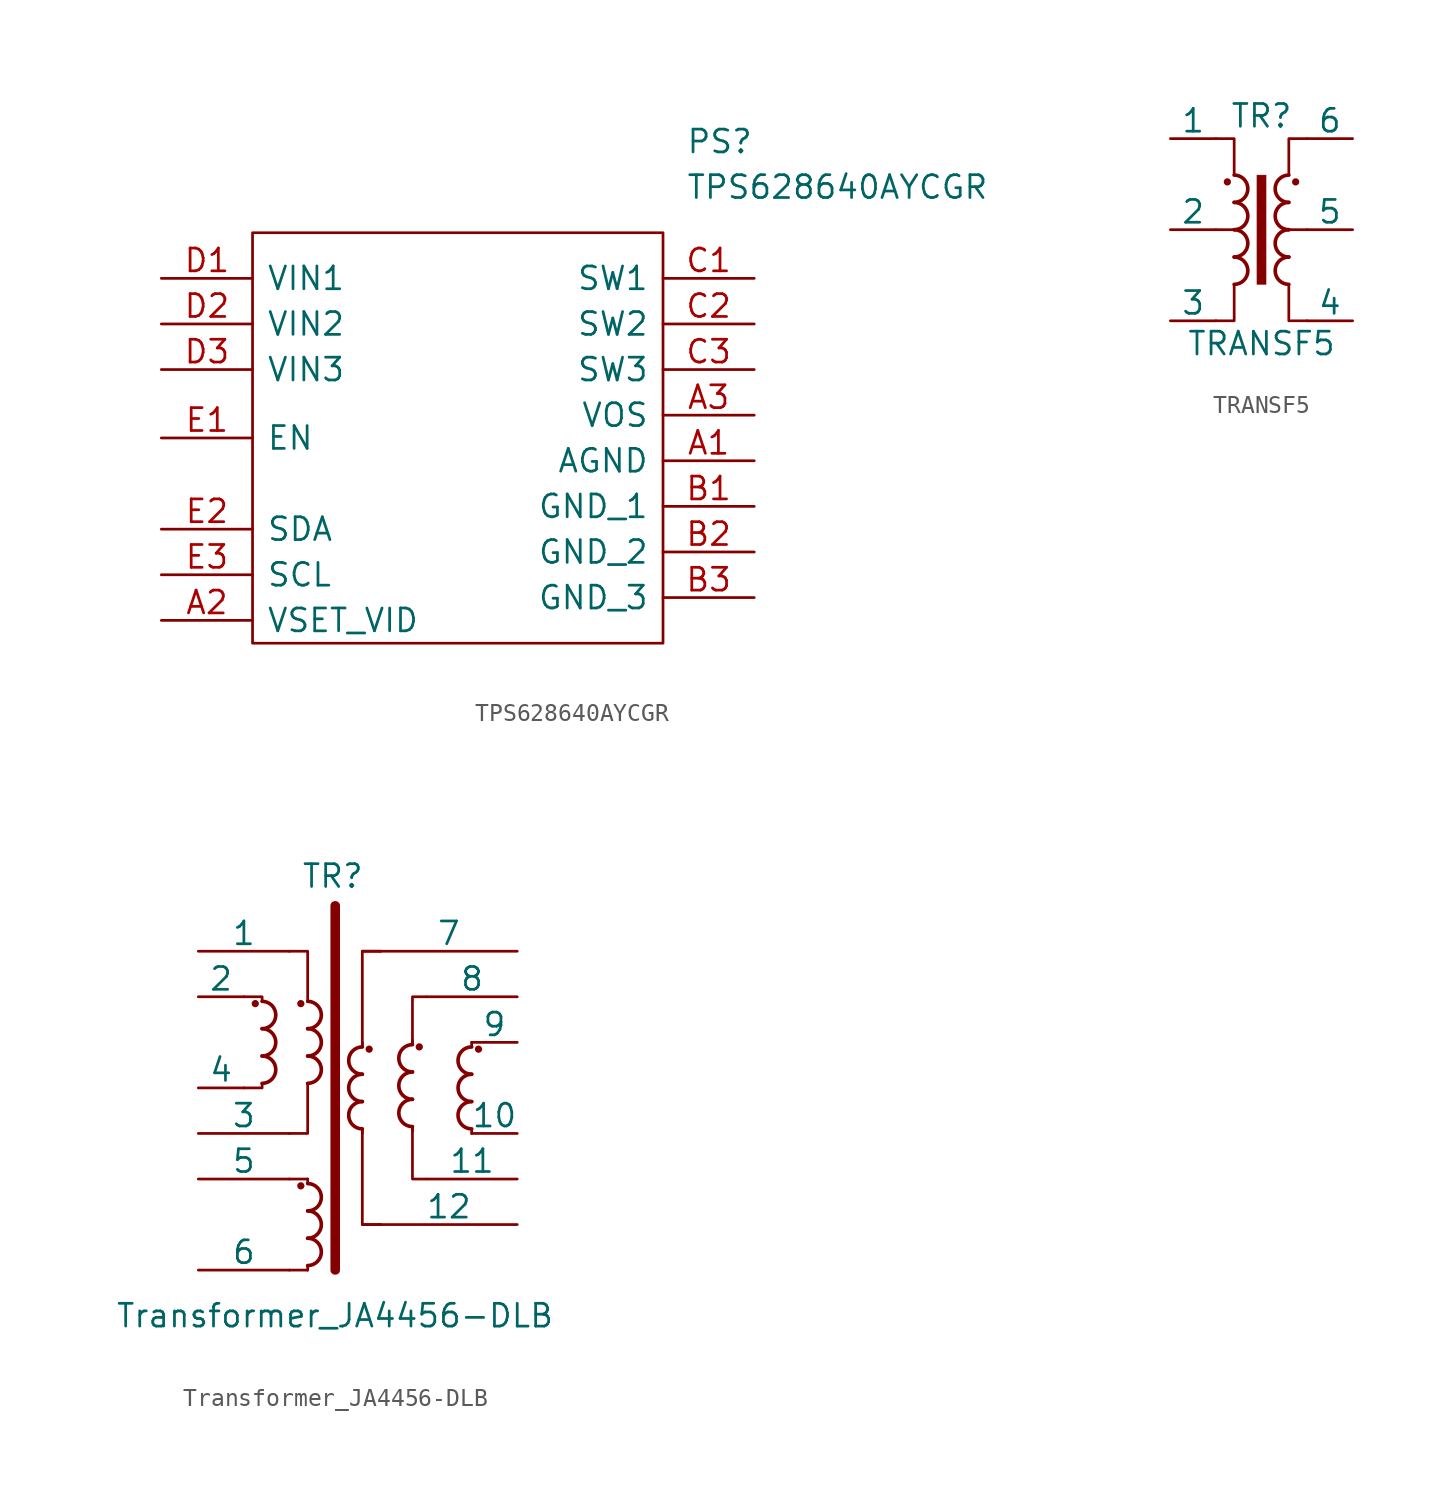
<source format=kicad_sym>
(kicad_symbol_lib
  (version 20201005)
  (generator kicad_symbol_editor)
  (symbol "AP3500:TPS628640AYCGR"
    (pin_names
      (offset 0.762))
    (property "Reference" "PS"
      (at 12.7 15.24 0)
      (effects (font (size 1.27 1.27)) (justify left)))
    (property "Value" "TPS628640AYCGR"
      (at 12.7 12.7 0)
      (effects (font (size 1.27 1.27)) (justify left)))
    (symbol "TPS628640AYCGR_0_1"
      (polyline (pts (xy -11.43 10.16) (xy 11.43 10.16) (xy 11.43 -12.7) (xy -11.43 -12.7) (xy -11.43 10.16)) (stroke (width 0.152)) (fill (type none))))
    (symbol "TPS628640AYCGR_0_0"
      (pin power_in line (at 16.51 -2.54 180) (length 5.08) (name "AGND" (effects (font (size 1.27 1.27)))) (number "A1" (effects (font (size 1.27 1.27)))))
      (pin input line (at -16.51 -11.43 0) (length 5.08) (name "VSET_VID" (effects (font (size 1.27 1.27)))) (number "A2" (effects (font (size 1.27 1.27)))))
      (pin input line (at 16.51 0 180) (length 5.08) (name "VOS" (effects (font (size 1.27 1.27)))) (number "A3" (effects (font (size 1.27 1.27)))))
      (pin power_in line (at 16.51 -5.08 180) (length 5.08) (name "GND_1" (effects (font (size 1.27 1.27)))) (number "B1" (effects (font (size 1.27 1.27)))))
      (pin power_in line (at 16.51 -7.62 180) (length 5.08) (name "GND_2" (effects (font (size 1.27 1.27)))) (number "B2" (effects (font (size 1.27 1.27)))))
      (pin power_in line (at 16.51 -10.16 180) (length 5.08) (name "GND_3" (effects (font (size 1.27 1.27)))) (number "B3" (effects (font (size 1.27 1.27)))))
      (pin power_in line (at 16.51 7.62 180) (length 5.08) (name "SW1" (effects (font (size 1.27 1.27)))) (number "C1" (effects (font (size 1.27 1.27)))))
      (pin power_in line (at 16.51 5.08 180) (length 5.08) (name "SW2" (effects (font (size 1.27 1.27)))) (number "C2" (effects (font (size 1.27 1.27)))))
      (pin power_in line (at 16.51 2.54 180) (length 5.08) (name "SW3" (effects (font (size 1.27 1.27)))) (number "C3" (effects (font (size 1.27 1.27)))))
      (pin power_in line (at -16.51 7.62 0) (length 5.08) (name "VIN1" (effects (font (size 1.27 1.27)))) (number "D1" (effects (font (size 1.27 1.27)))))
      (pin power_in line (at -16.51 5.08 0) (length 5.08) (name "VIN2" (effects (font (size 1.27 1.27)))) (number "D2" (effects (font (size 1.27 1.27)))))
      (pin power_in line (at -16.51 2.54 0) (length 5.08) (name "VIN3" (effects (font (size 1.27 1.27)))) (number "D3" (effects (font (size 1.27 1.27)))))
      (pin input line (at -16.51 -1.27 0) (length 5.08) (name "EN" (effects (font (size 1.27 1.27)))) (number "E1" (effects (font (size 1.27 1.27)))))
      (pin bidirectional line (at -16.51 -6.35 0) (length 5.08) (name "SDA" (effects (font (size 1.27 1.27)))) (number "E2" (effects (font (size 1.27 1.27)))))
      (pin bidirectional line (at -16.51 -8.89 0) (length 5.08) (name "SCL" (effects (font (size 1.27 1.27)))) (number "E3" (effects (font (size 1.27 1.27)))))))
  (symbol "AP3500:TRANSF5"
    (pin_numbers hide)
    (pin_names
      (offset 0))
    (property "Reference" "TR"
      (at 0 6.35 0)
      (effects (font (size 1.27 1.27))))
    (property "Value" "TRANSF5"
      (at 0 -6.35 0)
      (effects (font (size 1.27 1.27))))
    (symbol "TRANSF5_0_1"
      (arc (start -1.524 -3.048) (end -1.524 -1.524) (radius (at -1.524 -2.286) (length 0.762) (angles -89.9 89.9)) (stroke (width 0.2032)) (fill (type none)))
      (arc (start -1.524 -1.524) (end -1.524 0) (radius (at -1.524 -0.762) (length 0.762) (angles -89.9 89.9)) (stroke (width 0.2032)) (fill (type none)))
      (arc (start -1.524 0) (end -1.524 1.524) (radius (at -1.524 0.762) (length 0.762) (angles -89.9 89.9)) (stroke (width 0.2032)) (fill (type none)))
      (arc (start -1.524 1.524) (end -1.524 3.048) (radius (at -1.524 2.286) (length 0.762) (angles -89.9 89.9)) (stroke (width 0.2032)) (fill (type none)))
      (arc (start 1.524 -1.524) (end 1.524 -3.048) (radius (at 1.524 -2.286) (length 0.762) (angles 90.1 -90.1)) (stroke (width 0.2032)) (fill (type none)))
      (arc (start 1.524 0) (end 1.524 -1.524) (radius (at 1.524 -0.762) (length 0.762) (angles 90.1 -90.1)) (stroke (width 0.2032)) (fill (type none)))
      (arc (start 1.524 1.524) (end 1.524 0) (radius (at 1.524 0.762) (length 0.762) (angles 90.1 -90.1)) (stroke (width 0.2032)) (fill (type none)))
      (arc (start 1.524 3.048) (end 1.524 1.524) (radius (at 1.524 2.286) (length 0.762) (angles 90.1 -90.1)) (stroke (width 0.2032)) (fill (type none)))
      (circle (center -1.905 2.667) (radius 0.127) (stroke (width 0)) (fill (type outline)))
      (circle (center 1.905 2.667) (radius 0.127) (stroke (width 0)) (fill (type outline)))
      (rectangle (start -0.254 3.048) (end 0.254 -3.048) (stroke (width 0.025)) (fill (type outline)))
      (polyline (pts (xy -1.524 0) (xy -2.54 0) (xy -2.54 0)) (stroke (width 0)) (fill (type outline)))
      (polyline (pts (xy 1.524 0) (xy 2.54 0) (xy 2.54 0)) (stroke (width 0)) (fill (type outline)))
      (polyline (pts (xy -2.54 5.08) (xy -1.524 5.08) (xy -1.524 3.048) (xy -1.524 3.048)) (stroke (width 0.152)) (fill (type none)))
      (polyline (pts (xy -1.524 -3.048) (xy -1.524 -5.08) (xy -2.54 -5.08) (xy -2.54 -5.08)) (stroke (width 0.152)) (fill (type none)))
      (polyline (pts (xy 1.524 3.048) (xy 1.524 5.08) (xy 2.54 5.08) (xy 2.54 5.08)) (stroke (width 0.152)) (fill (type none)))
      (polyline (pts (xy 2.54 -5.08) (xy 1.524 -5.08) (xy 1.524 -3.048) (xy 1.524 -3.048)) (stroke (width 0.152)) (fill (type none))))
    (symbol "TRANSF5_1_1"
      (pin passive line (at -5.08 5.08 0) (length 2.54) (name "1" (effects (font (size 1.27 1.27)))) (number "1" (effects (font (size 1.27 1.27)))))
      (pin passive line (at -5.08 0 0) (length 2.54) (name "2" (effects (font (size 1.27 1.27)))) (number "2" (effects (font (size 1.27 1.27)))))
      (pin passive line (at -5.08 -5.08 0) (length 2.54) (name "3" (effects (font (size 1.27 1.27)))) (number "3" (effects (font (size 1.27 1.27)))))
      (pin passive line (at 5.08 -5.08 180) (length 2.54) (name "4" (effects (font (size 1.27 1.27)))) (number "4" (effects (font (size 1.27 1.27)))))
      (pin passive line (at 5.08 0 180) (length 2.54) (name "5" (effects (font (size 1.27 1.27)))) (number "5" (effects (font (size 1.27 1.27)))))
      (pin passive line (at 5.08 5.08 180) (length 2.54) (name "6" (effects (font (size 1.27 1.27)))) (number "6" (effects (font (size 1.27 1.27)))))))
  (symbol "AP3500:Transformer_JA4456-DLB"
    (pin_numbers hide)
    (pin_names
      (offset 0))
    (property "Reference" "TR"
      (at -0.127 14.351 0)
      (effects (font (size 1.27 1.27))))
    (property "Value" "Transformer_JA4456-DLB"
      (at 0 -10.16 0)
      (effects (font (size 1.27 1.27))))
    (symbol "Transformer_JA4456-DLB_0_1"
      (arc (start -4.064 2.794) (end -4.064 4.318) (radius (at -4.064 3.556) (length 0.762) (angles -89.9 89.9)) (stroke (width 0.2032)) (fill (type none)))
      (arc (start -4.064 4.318) (end -4.064 5.842) (radius (at -4.064 5.08) (length 0.762) (angles -89.9 89.9)) (stroke (width 0.2032)) (fill (type none)))
      (arc (start -4.064 5.842) (end -4.064 7.366) (radius (at -4.064 6.604) (length 0.762) (angles -89.9 89.9)) (stroke (width 0.2032)) (fill (type none)))
      (arc (start -1.524 2.794) (end -1.524 4.318) (radius (at -1.524 3.556) (length 0.762) (angles -89.9 89.9)) (stroke (width 0.2032)) (fill (type none)))
      (arc (start -1.524 4.318) (end -1.524 5.842) (radius (at -1.524 5.08) (length 0.762) (angles -89.9 89.9)) (stroke (width 0.2032)) (fill (type none)))
      (arc (start -1.524 5.842) (end -1.524 7.366) (radius (at -1.524 6.604) (length 0.762) (angles -89.9 89.9)) (stroke (width 0.2032)) (fill (type none)))
      (arc (start -1.524 -7.366) (end -1.524 -5.842) (radius (at -1.524 -6.604) (length 0.762) (angles -89.9 89.9)) (stroke (width 0.2032)) (fill (type none)))
      (arc (start -1.524 -5.842) (end -1.524 -4.318) (radius (at -1.524 -5.08) (length 0.762) (angles -89.9 89.9)) (stroke (width 0.2032)) (fill (type none)))
      (arc (start -1.524 -4.318) (end -1.524 -2.794) (radius (at -1.524 -3.556) (length 0.762) (angles -89.9 89.9)) (stroke (width 0.2032)) (fill (type none)))
      (arc (start 1.524 1.778) (end 1.524 0.254) (radius (at 1.524 1.016) (length 0.762) (angles 90.1 -90.1)) (stroke (width 0.2032)) (fill (type none)))
      (arc (start 1.524 3.302) (end 1.524 1.778) (radius (at 1.524 2.54) (length 0.762) (angles 90.1 -90.1)) (stroke (width 0.2032)) (fill (type none)))
      (arc (start 1.524 4.826) (end 1.524 3.302) (radius (at 1.524 4.064) (length 0.762) (angles 90.1 -90.1)) (stroke (width 0.2032)) (fill (type none)))
      (arc (start 4.318 1.905) (end 4.318 0.381) (radius (at 4.318 1.143) (length 0.762) (angles 90.1 -90.1)) (stroke (width 0.2032)) (fill (type none)))
      (arc (start 4.318 4.953) (end 4.318 3.429) (radius (at 4.318 4.191) (length 0.762) (angles 90.1 -90.1)) (stroke (width 0.2032)) (fill (type none)))
      (arc (start 4.318 3.429) (end 4.318 1.905) (radius (at 4.318 2.667) (length 0.762) (angles 90.1 -90.1)) (stroke (width 0.2032)) (fill (type none)))
      (arc (start 7.62 1.778) (end 7.62 0.254) (radius (at 7.62 1.016) (length 0.762) (angles 90.1 -90.1)) (stroke (width 0.2032)) (fill (type none)))
      (arc (start 7.62 4.826) (end 7.62 3.302) (radius (at 7.62 4.064) (length 0.762) (angles 90.1 -90.1)) (stroke (width 0.2032)) (fill (type none)))
      (arc (start 7.62 3.302) (end 7.62 1.778) (radius (at 7.62 2.54) (length 0.762) (angles 90.1 -90.1)) (stroke (width 0.2032)) (fill (type none)))
      (circle (center -4.445 7.239) (radius 0.127) (stroke (width 0)) (fill (type outline)))
      (circle (center -1.905 7.239) (radius 0.127) (stroke (width 0)) (fill (type outline)))
      (circle (center -1.905 -2.921) (radius 0.127) (stroke (width 0)) (fill (type outline)))
      (circle (center 1.905 4.699) (radius 0.127) (stroke (width 0)) (fill (type outline)))
      (circle (center 4.699 4.826) (radius 0.127) (stroke (width 0)) (fill (type outline)))
      (circle (center 8.001 4.699) (radius 0.127) (stroke (width 0)) (fill (type outline)))
      (rectangle (start 0 12.7) (end 0.025 -7.62) (stroke (width 0.508)) (fill (type outline)))
      (polyline (pts (xy -1.524 -7.366) (xy -1.524 -7.62) (xy -1.524 -7.62)) (stroke (width 0)) (fill (type outline)))
      (polyline (pts (xy -1.524 -2.54) (xy -1.524 -2.794) (xy -1.524 -2.794)) (stroke (width 0)) (fill (type outline)))
      (polyline (pts (xy -1.524 -2.54) (xy -2.54 -2.54) (xy -2.54 -2.54)) (stroke (width 0)) (fill (type none)))
      (polyline (pts (xy 1.524 0) (xy 1.524 0.254) (xy 1.524 0.254)) (stroke (width 0)) (fill (type outline)))
      (polyline (pts (xy 1.524 -5.08) (xy 2.54 -5.08) (xy 2.54 -5.08)) (stroke (width 0)) (fill (type none)))
      (polyline (pts (xy 1.524 5.08) (xy 1.524 4.826) (xy 1.524 4.826)) (stroke (width 0)) (fill (type outline)))
      (polyline (pts (xy 1.524 10.16) (xy 2.54 10.16) (xy 2.54 10.16)) (stroke (width 0)) (fill (type none)))
      (polyline (pts (xy -2.54 -7.62) (xy -1.524 -7.62) (xy -1.524 -7.62)) (stroke (width 0)) (fill (type none)))
      (polyline (pts (xy -4.064 2.794) (xy -4.064 2.54) (xy -5.08 2.54) (xy -5.08 2.54)) (stroke (width 0)) (fill (type none)))
      (polyline (pts (xy -4.064 7.366) (xy -4.064 7.62) (xy -5.08 7.62) (xy -5.08 7.62)) (stroke (width 0)) (fill (type none)))
      (polyline (pts (xy -1.524 2.794) (xy -1.524 0) (xy -2.54 0) (xy -2.54 0)) (stroke (width 0)) (fill (type none)))
      (polyline (pts (xy -1.524 7.366) (xy -1.524 10.16) (xy -2.54 10.16) (xy -2.54 10.16)) (stroke (width 0)) (fill (type none)))
      (polyline (pts (xy 1.524 0.254) (xy 1.524 -5.08) (xy 2.54 -5.08) (xy 2.54 -5.08)) (stroke (width 0)) (fill (type none)))
      (polyline (pts (xy 1.524 4.826) (xy 1.524 10.16) (xy 2.54 10.16) (xy 2.54 10.16)) (stroke (width 0)) (fill (type none)))
      (polyline (pts (xy 4.318 0.127) (xy 4.318 0.381) (xy 4.318 0.381)) (stroke (width 0)) (fill (type outline)))
      (polyline (pts (xy 4.318 5.207) (xy 4.318 4.953) (xy 4.318 4.953)) (stroke (width 0)) (fill (type outline)))
      (polyline (pts (xy 4.318 0.381) (xy 4.318 -2.54) (xy 5.08 -2.54)) (stroke (width 0)) (fill (type none)))
      (polyline (pts (xy 4.318 4.953) (xy 4.318 7.62) (xy 5.08 7.62)) (stroke (width 0)) (fill (type none)))
      (polyline (pts (xy 7.62 5.08) (xy 7.62 4.826) (xy 7.62 4.826)) (stroke (width 0)) (fill (type outline)))
      (polyline (pts (xy 7.62 0) (xy 7.62 0.254) (xy 7.62 0.254)) (stroke (width 0)) (fill (type outline))))
    (symbol "Transformer_JA4456-DLB_1_1"
      (pin passive line (at -7.62 10.16 0) (length 5.08) (name "1" (effects (font (size 1.27 1.27)))) (number "1" (effects (font (size 1.27 1.27)))))
      (pin passive line (at -7.62 -2.54 0) (length 5.08) (name "5" (effects (font (size 1.27 1.27)))) (number "5" (effects (font (size 1.27 1.27)))))
      (pin passive line (at -7.62 0 0) (length 5.08) (name "3" (effects (font (size 1.27 1.27)))) (number "3" (effects (font (size 1.27 1.27)))))
      (pin passive line (at -7.62 7.62 0) (length 2.54) (name "2" (effects (font (size 1.27 1.27)))) (number "2" (effects (font (size 1.27 1.27)))))
      (pin passive line (at -7.62 2.54 0) (length 2.54) (name "4" (effects (font (size 1.27 1.27)))) (number "4" (effects (font (size 1.27 1.27)))))
      (pin passive line (at 10.16 -5.08 180) (length 7.62) (name "12" (effects (font (size 1.27 1.27)))) (number "12" (effects (font (size 1.27 1.27)))))
      (pin passive line (at -7.62 -7.62 0) (length 5.08) (name "6" (effects (font (size 1.27 1.27)))) (number "6" (effects (font (size 1.27 1.27)))))
      (pin passive line (at 10.16 10.16 180) (length 7.62) (name "7" (effects (font (size 1.27 1.27)))) (number "7" (effects (font (size 1.27 1.27)))))
      (pin passive line (at 10.16 7.62 180) (length 5.04) (name "8" (effects (font (size 1.27 1.27)))) (number "8" (effects (font (size 1.27 1.27)))))
      (pin passive line (at 10.16 -2.54 180) (length 5.04) (name "11" (effects (font (size 1.27 1.27)))) (number "11" (effects (font (size 1.27 1.27)))))
      (pin passive line (at 10.16 5.08 180) (length 2.54) (name "9" (effects (font (size 1.27 1.27)))) (number "9" (effects (font (size 1.27 1.27)))))
      (pin passive line (at 10.16 0 180) (length 2.54) (name "10" (effects (font (size 1.27 1.27)))) (number "10" (effects (font (size 1.27 1.27))))))))
</source>
